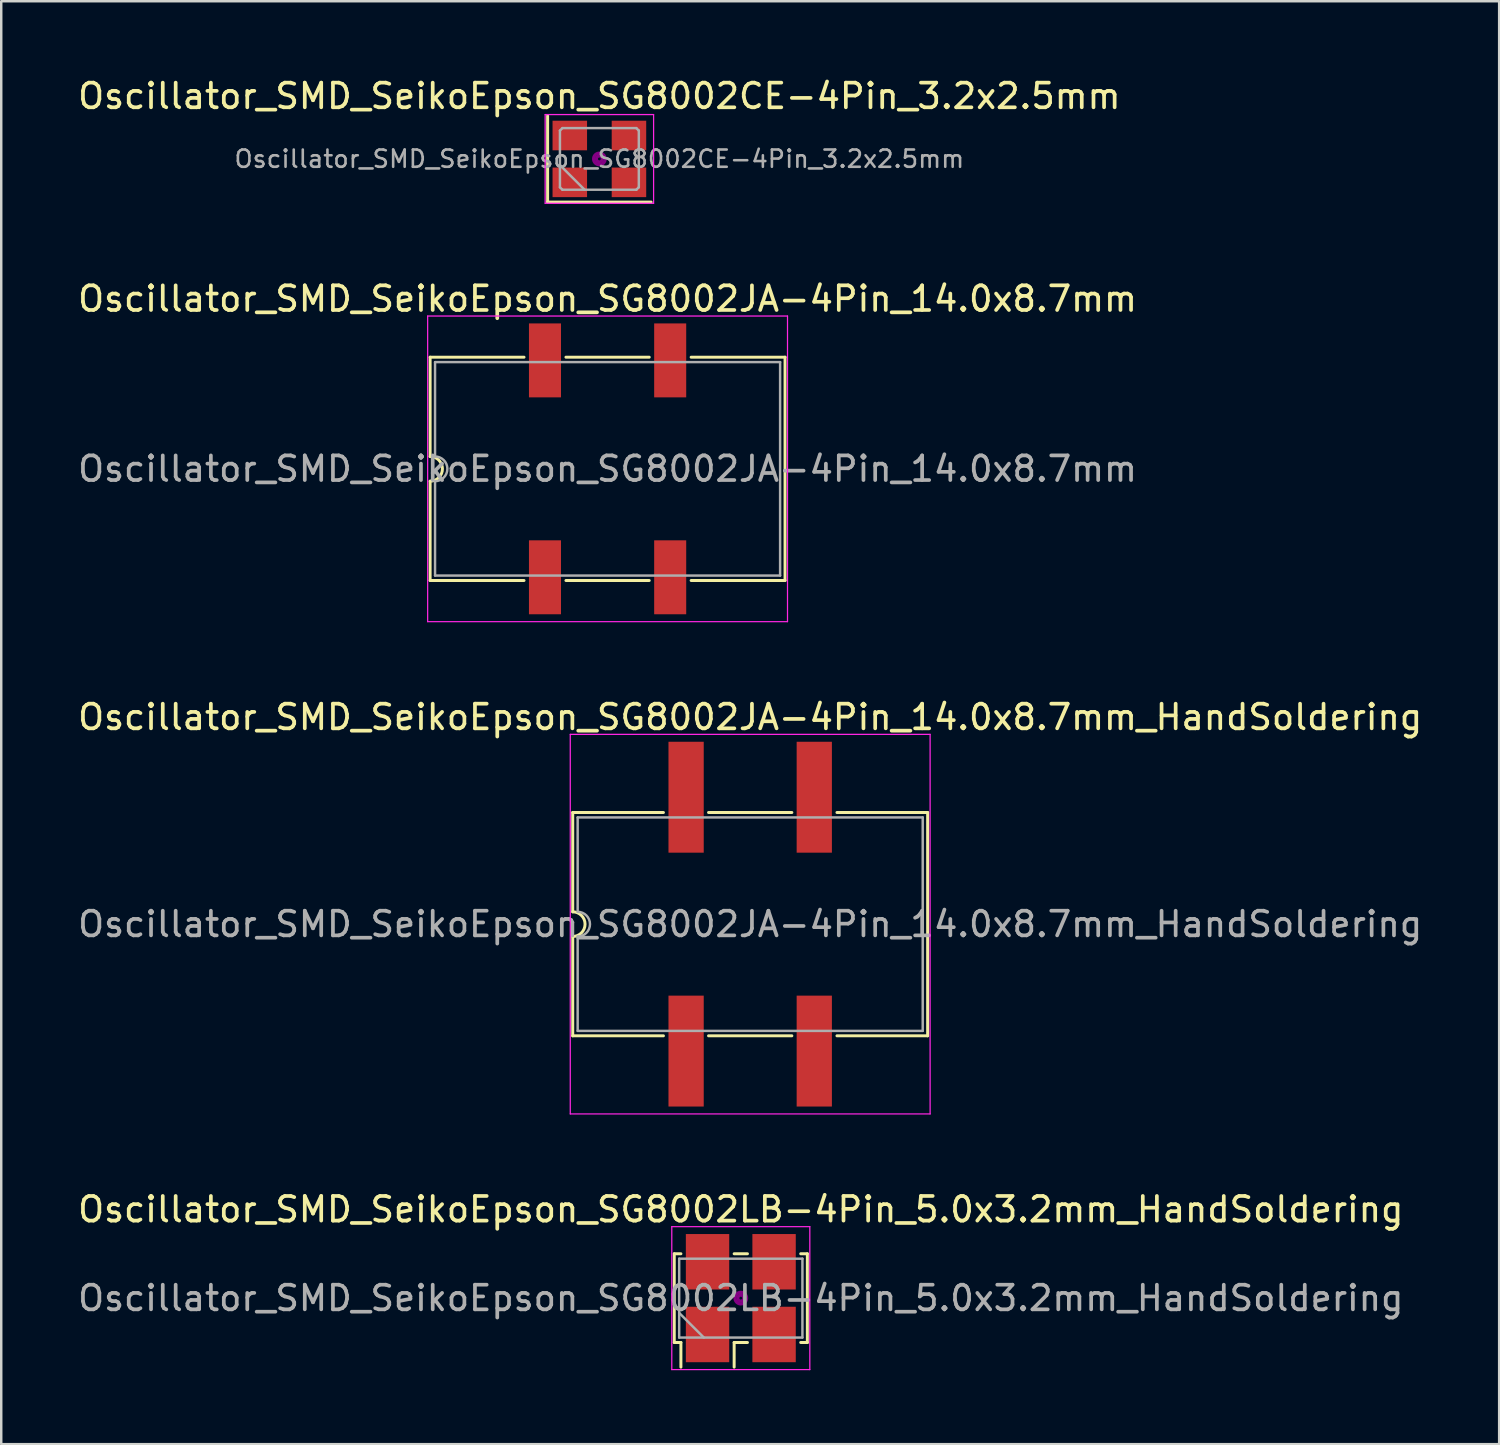
<source format=kicad_pcb>
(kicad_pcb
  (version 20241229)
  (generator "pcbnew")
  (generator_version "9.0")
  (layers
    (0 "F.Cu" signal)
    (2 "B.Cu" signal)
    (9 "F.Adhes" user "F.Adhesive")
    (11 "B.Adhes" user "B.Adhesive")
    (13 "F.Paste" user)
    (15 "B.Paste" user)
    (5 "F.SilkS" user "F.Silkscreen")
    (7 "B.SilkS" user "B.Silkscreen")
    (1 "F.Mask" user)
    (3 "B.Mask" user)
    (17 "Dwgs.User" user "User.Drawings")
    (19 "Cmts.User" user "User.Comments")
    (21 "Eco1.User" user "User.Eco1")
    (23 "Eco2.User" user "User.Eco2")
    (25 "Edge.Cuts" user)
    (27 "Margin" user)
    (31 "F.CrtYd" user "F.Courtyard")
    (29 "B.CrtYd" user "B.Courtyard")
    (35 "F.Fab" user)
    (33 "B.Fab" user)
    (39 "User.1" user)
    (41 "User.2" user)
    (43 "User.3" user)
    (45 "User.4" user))
  (footprint "Oscillator_SMD_SeikoEpson_SG8002LB-4Pin_5.0x3.2mm_HandSoldering"
    (layer "F.Cu")
    (at 27.006 49.618)
    (property "Reference" "Oscillator_SMD_SeikoEpson_SG8002LB-4Pin_5.0x3.2mm_HandSoldering" (at 0 -3.6 0) (layer "F.SilkS") (effects (font (size 1 1) (thickness 0.15))))
    (attr smd)
    (fp_line (start -2.7 -1.8) (end -2.43 -1.8) (stroke (width 0.12) (type solid)) (layer "F.SilkS"))
    (fp_line (start -2.7 1.8) (end -2.7 -1.8) (stroke (width 0.12) (type solid)) (layer "F.SilkS"))
    (fp_line (start -2.43 1.8) (end -2.7 1.8) (stroke (width 0.12) (type solid)) (layer "F.SilkS"))
    (fp_line (start -2.43 2.8) (end -2.43 1.8) (stroke (width 0.12) (type solid)) (layer "F.SilkS"))
    (fp_line (start -0.27 -1.8) (end 0.27 -1.8) (stroke (width 0.12) (type solid)) (layer "F.SilkS"))
    (fp_line (start -0.27 1.8) (end -0.27 2.8) (stroke (width 0.12) (type solid)) (layer "F.SilkS"))
    (fp_line (start 0.27 1.8) (end -0.27 1.8) (stroke (width 0.12) (type solid)) (layer "F.SilkS"))
    (fp_line (start 2.43 -1.8) (end 2.7 -1.8) (stroke (width 0.12) (type solid)) (layer "F.SilkS"))
    (fp_line (start 2.7 -1.8) (end 2.7 1.8) (stroke (width 0.12) (type solid)) (layer "F.SilkS"))
    (fp_line (start 2.7 1.8) (end 2.43 1.8) (stroke (width 0.12) (type solid)) (layer "F.SilkS"))
    (fp_circle (center 0 0) (end 0.058 0) (stroke (width 0.117) (type solid)) (fill no) (layer "F.Adhes"))
    (fp_circle (center 0 0) (end 0.133 0) (stroke (width 0.083) (type solid)) (fill no) (layer "F.Adhes"))
    (fp_circle (center 0 0) (end 0.208 0) (stroke (width 0.083) (type solid)) (fill no) (layer "F.Adhes"))
    (fp_circle (center 0 0) (end 0.25 0) (stroke (width 0.1) (type solid)) (fill no) (layer "F.Adhes"))
    (fp_line (start -2.8 -2.9) (end -2.8 2.9) (stroke (width 0.05) (type solid)) (layer "F.CrtYd"))
    (fp_line (start -2.8 2.9) (end 2.8 2.9) (stroke (width 0.05) (type solid)) (layer "F.CrtYd"))
    (fp_line (start 2.8 -2.9) (end -2.8 -2.9) (stroke (width 0.05) (type solid)) (layer "F.CrtYd"))
    (fp_line (start 2.8 2.9) (end 2.8 -2.9) (stroke (width 0.05) (type solid)) (layer "F.CrtYd"))
    (fp_line (start -2.5 -1.6) (end -2.5 1.6) (stroke (width 0.1) (type solid)) (layer "F.Fab"))
    (fp_line (start -2.5 0.6) (end -1.5 1.6) (stroke (width 0.1) (type solid)) (layer "F.Fab"))
    (fp_line (start -2.5 1.6) (end 2.5 1.6) (stroke (width 0.1) (type solid)) (layer "F.Fab"))
    (fp_line (start 2.5 -1.6) (end -2.5 -1.6) (stroke (width 0.1) (type solid)) (layer "F.Fab"))
    (fp_line (start 2.5 1.6) (end 2.5 -1.6) (stroke (width 0.1) (type solid)) (layer "F.Fab"))
    (fp_text user "${REFERENCE}" (at 0 0 0) (layer "F.Fab") (effects (font (size 1 1) (thickness 0.15))))
    (pad "1" smd rect (at -1.35 1.475) (size 1.76 2.25) (layers "F.Cu" "F.Mask" "F.Paste"))
    (pad "2" smd rect (at 1.35 1.475) (size 1.76 2.25) (layers "F.Cu" "F.Mask" "F.Paste"))
    (pad "3" smd rect (at 1.35 -1.475) (size 1.76 2.25) (layers "F.Cu" "F.Mask" "F.Paste"))
    (pad "4" smd rect (at -1.35 -1.475) (size 1.76 2.25) (layers "F.Cu" "F.Mask" "F.Paste")))
  (footprint "Oscillator_SMD_SeikoEpson_SG8002CE-4Pin_3.2x2.5mm"
    (layer "F.Cu")
    (at 21.268 3.398)
    (property "Reference" "Oscillator_SMD_SeikoEpson_SG8002CE-4Pin_3.2x2.5mm" (at 0 -2.55 0) (layer "F.SilkS") (effects (font (size 1 1) (thickness 0.15))))
    (attr smd)
    (fp_line (start -2.1 -1.75) (end -2.1 1.75) (stroke (width 0.12) (type solid)) (layer "F.SilkS"))
    (fp_line (start -2.1 1.75) (end 2.1 1.75) (stroke (width 0.12) (type solid)) (layer "F.SilkS"))
    (fp_circle (center 0 0) (end 0.058 0) (stroke (width 0.117) (type solid)) (fill no) (layer "F.Adhes"))
    (fp_circle (center 0 0) (end 0.133 0) (stroke (width 0.083) (type solid)) (fill no) (layer "F.Adhes"))
    (fp_circle (center 0 0) (end 0.208 0) (stroke (width 0.083) (type solid)) (fill no) (layer "F.Adhes"))
    (fp_circle (center 0 0) (end 0.25 0) (stroke (width 0.1) (type solid)) (fill no) (layer "F.Adhes"))
    (fp_line (start -2.2 -1.8) (end -2.2 1.8) (stroke (width 0.05) (type solid)) (layer "F.CrtYd"))
    (fp_line (start -2.2 1.8) (end 2.2 1.8) (stroke (width 0.05) (type solid)) (layer "F.CrtYd"))
    (fp_line (start 2.2 -1.8) (end -2.2 -1.8) (stroke (width 0.05) (type solid)) (layer "F.CrtYd"))
    (fp_line (start 2.2 1.8) (end 2.2 -1.8) (stroke (width 0.05) (type solid)) (layer "F.CrtYd"))
    (fp_line (start -1.6 -1.15) (end -1.5 -1.25) (stroke (width 0.1) (type solid)) (layer "F.Fab"))
    (fp_line (start -1.6 0.25) (end -0.6 1.25) (stroke (width 0.1) (type solid)) (layer "F.Fab"))
    (fp_line (start -1.6 1.15) (end -1.6 -1.15) (stroke (width 0.1) (type solid)) (layer "F.Fab"))
    (fp_line (start -1.5 -1.25) (end 1.5 -1.25) (stroke (width 0.1) (type solid)) (layer "F.Fab"))
    (fp_line (start -1.5 1.25) (end -1.6 1.15) (stroke (width 0.1) (type solid)) (layer "F.Fab"))
    (fp_line (start 1.5 -1.25) (end 1.6 -1.15) (stroke (width 0.1) (type solid)) (layer "F.Fab"))
    (fp_line (start 1.5 1.25) (end -1.5 1.25) (stroke (width 0.1) (type solid)) (layer "F.Fab"))
    (fp_line (start 1.6 -1.15) (end 1.6 1.15) (stroke (width 0.1) (type solid)) (layer "F.Fab"))
    (fp_line (start 1.6 1.15) (end 1.5 1.25) (stroke (width 0.1) (type solid)) (layer "F.Fab"))
    (fp_text user "${REFERENCE}" (at 0 0 0) (layer "F.Fab") (effects (font (size 0.7 0.7) (thickness 0.105))))
    (pad "1" smd rect (at -1.2 0.95) (size 1.4 1.2) (layers "F.Cu" "F.Mask" "F.Paste"))
    (pad "2" smd rect (at 1.2 0.95) (size 1.4 1.2) (layers "F.Cu" "F.Mask" "F.Paste"))
    (pad "3" smd rect (at 1.2 -0.95) (size 1.4 1.2) (layers "F.Cu" "F.Mask" "F.Paste"))
    (pad "4" smd rect (at -1.2 -0.95) (size 1.4 1.2) (layers "F.Cu" "F.Mask" "F.Paste")))
  (footprint "Oscillator_SMD_SeikoEpson_SG8002JA-4Pin_14.0x8.7mm"
    (layer "F.Cu")
    (at 21.601 15.972)
    (property "Reference" "Oscillator_SMD_SeikoEpson_SG8002JA-4Pin_14.0x8.7mm" (at 0 -6.9 0) (layer "F.SilkS") (effects (font (size 1 1) (thickness 0.15))))
    (attr smd)
    (fp_line (start -7.2 -4.53) (end -3.39 -4.53) (stroke (width 0.12) (type solid)) (layer "F.SilkS"))
    (fp_line (start -7.2 -0.5) (end -7.2 -4.53) (stroke (width 0.12) (type solid)) (layer "F.SilkS"))
    (fp_line (start -7.2 4.53) (end -7.2 0.5) (stroke (width 0.12) (type solid)) (layer "F.SilkS"))
    (fp_line (start -7.2 4.53) (end -3.39 4.53) (stroke (width 0.12) (type solid)) (layer "F.SilkS"))
    (fp_line (start -1.69 -4.53) (end 1.69 -4.53) (stroke (width 0.12) (type solid)) (layer "F.SilkS"))
    (fp_line (start 1.69 4.53) (end -1.69 4.53) (stroke (width 0.12) (type solid)) (layer "F.SilkS"))
    (fp_line (start 3.39 -4.53) (end 7.2 -4.53) (stroke (width 0.12) (type solid)) (layer "F.SilkS"))
    (fp_line (start 7.2 -4.53) (end 7.2 4.53) (stroke (width 0.12) (type solid)) (layer "F.SilkS"))
    (fp_line (start 7.2 4.53) (end 3.39 4.53) (stroke (width 0.12) (type solid)) (layer "F.SilkS"))
    (fp_arc (start -7.2 -0.5) (mid -6.7 0) (end -7.2 0.5) (stroke (width 0.12) (type solid)) (layer "F.SilkS"))
    (fp_line (start -7.3 -6.2) (end -7.3 6.2) (stroke (width 0.05) (type solid)) (layer "F.CrtYd"))
    (fp_line (start -7.3 6.2) (end 7.3 6.2) (stroke (width 0.05) (type solid)) (layer "F.CrtYd"))
    (fp_line (start 7.3 -6.2) (end -7.3 -6.2) (stroke (width 0.05) (type solid)) (layer "F.CrtYd"))
    (fp_line (start 7.3 6.2) (end 7.3 -6.2) (stroke (width 0.05) (type solid)) (layer "F.CrtYd"))
    (fp_line (start -7 -4.33) (end 7 -4.33) (stroke (width 0.1) (type solid)) (layer "F.Fab"))
    (fp_line (start -7 -0.5) (end -7 -4.33) (stroke (width 0.1) (type solid)) (layer "F.Fab"))
    (fp_line (start -7 4.33) (end -7 0.5) (stroke (width 0.1) (type solid)) (layer "F.Fab"))
    (fp_line (start 7 -4.33) (end 7 4.33) (stroke (width 0.1) (type solid)) (layer "F.Fab"))
    (fp_line (start 7 4.33) (end -7 4.33) (stroke (width 0.1) (type solid)) (layer "F.Fab"))
    (fp_arc (start -7 -0.5) (mid -6.5 0) (end -7 0.5) (stroke (width 0.1) (type solid)) (layer "F.Fab"))
    (fp_text user "${REFERENCE}" (at 0 0 0) (layer "F.Fab") (effects (font (size 1 1) (thickness 0.15))))
    (pad "1" smd rect (at -2.54 4.4) (size 1.3 3) (layers "F.Cu" "F.Mask" "F.Paste"))
    (pad "2" smd rect (at 2.54 4.4) (size 1.3 3) (layers "F.Cu" "F.Mask" "F.Paste"))
    (pad "3" smd rect (at 2.54 -4.4) (size 1.3 3) (layers "F.Cu" "F.Mask" "F.Paste"))
    (pad "4" smd rect (at -2.54 -4.4) (size 1.3 3) (layers "F.Cu" "F.Mask" "F.Paste")))
  (footprint "Oscillator_SMD_SeikoEpson_SG8002JA-4Pin_14.0x8.7mm_HandSoldering"
    (layer "F.Cu")
    (at 27.387 34.445)
    (property "Reference" "Oscillator_SMD_SeikoEpson_SG8002JA-4Pin_14.0x8.7mm_HandSoldering" (at 0 -8.4 0) (layer "F.SilkS") (effects (font (size 1 1) (thickness 0.15))))
    (attr smd)
    (fp_line (start -7.2 -4.53) (end -3.52 -4.53) (stroke (width 0.12) (type solid)) (layer "F.SilkS"))
    (fp_line (start -7.2 -0.5) (end -7.2 -4.53) (stroke (width 0.12) (type solid)) (layer "F.SilkS"))
    (fp_line (start -7.2 4.53) (end -7.2 0.5) (stroke (width 0.12) (type solid)) (layer "F.SilkS"))
    (fp_line (start -7.2 4.53) (end -3.52 4.53) (stroke (width 0.12) (type solid)) (layer "F.SilkS"))
    (fp_line (start -1.69 -4.53) (end 1.69 -4.53) (stroke (width 0.12) (type solid)) (layer "F.SilkS"))
    (fp_line (start 1.69 4.53) (end -1.69 4.53) (stroke (width 0.12) (type solid)) (layer "F.SilkS"))
    (fp_line (start 3.52 -4.53) (end 7.2 -4.53) (stroke (width 0.12) (type solid)) (layer "F.SilkS"))
    (fp_line (start 7.2 -4.53) (end 7.2 4.53) (stroke (width 0.12) (type solid)) (layer "F.SilkS"))
    (fp_line (start 7.2 4.53) (end 3.52 4.53) (stroke (width 0.12) (type solid)) (layer "F.SilkS"))
    (fp_arc (start -7.2 -0.5) (mid -6.7 0) (end -7.2 0.5) (stroke (width 0.12) (type solid)) (layer "F.SilkS"))
    (fp_line (start -7.3 -7.7) (end -7.3 7.7) (stroke (width 0.05) (type solid)) (layer "F.CrtYd"))
    (fp_line (start -7.3 7.7) (end 7.3 7.7) (stroke (width 0.05) (type solid)) (layer "F.CrtYd"))
    (fp_line (start 7.3 -7.7) (end -7.3 -7.7) (stroke (width 0.05) (type solid)) (layer "F.CrtYd"))
    (fp_line (start 7.3 7.7) (end 7.3 -7.7) (stroke (width 0.05) (type solid)) (layer "F.CrtYd"))
    (fp_line (start -7 -4.33) (end 7 -4.33) (stroke (width 0.1) (type solid)) (layer "F.Fab"))
    (fp_line (start -7 -0.5) (end -7 -4.33) (stroke (width 0.1) (type solid)) (layer "F.Fab"))
    (fp_line (start -7 4.33) (end -7 0.5) (stroke (width 0.1) (type solid)) (layer "F.Fab"))
    (fp_line (start 7 -4.33) (end 7 4.33) (stroke (width 0.1) (type solid)) (layer "F.Fab"))
    (fp_line (start 7 4.33) (end -7 4.33) (stroke (width 0.1) (type solid)) (layer "F.Fab"))
    (fp_arc (start -7 -0.5) (mid -6.5 0) (end -7 0.5) (stroke (width 0.1) (type solid)) (layer "F.Fab"))
    (fp_text user "${REFERENCE}" (at 0 0 0) (layer "F.Fab") (effects (font (size 1 1) (thickness 0.15))))
    (pad "1" smd rect (at -2.6 5.15) (size 1.43 4.5) (layers "F.Cu" "F.Mask" "F.Paste"))
    (pad "2" smd rect (at 2.6 5.15) (size 1.43 4.5) (layers "F.Cu" "F.Mask" "F.Paste"))
    (pad "3" smd rect (at 2.6 -5.15) (size 1.43 4.5) (layers "F.Cu" "F.Mask" "F.Paste"))
    (pad "4" smd rect (at -2.6 -5.15) (size 1.43 4.5) (layers "F.Cu" "F.Mask" "F.Paste")))
  (gr_rect
    (start -3 -3)
    (end 57.774 55.543)
    (stroke (width 0.1) (type default))
    (fill no)
    (layer "Edge.Cuts")))
</source>
